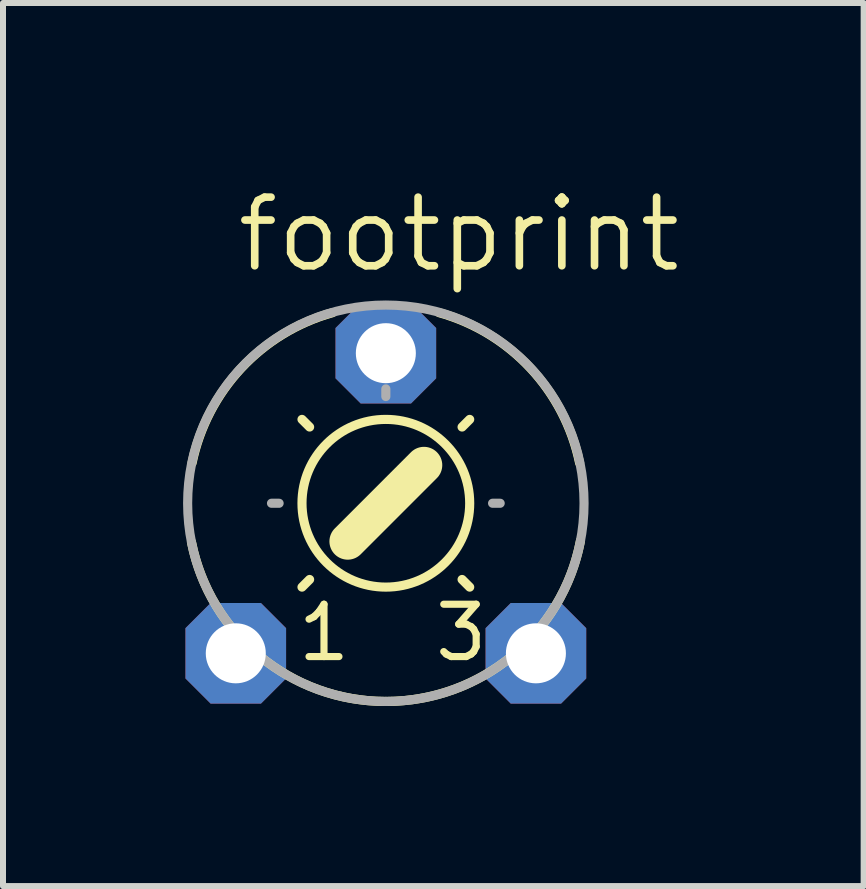
<source format=kicad_pcb>
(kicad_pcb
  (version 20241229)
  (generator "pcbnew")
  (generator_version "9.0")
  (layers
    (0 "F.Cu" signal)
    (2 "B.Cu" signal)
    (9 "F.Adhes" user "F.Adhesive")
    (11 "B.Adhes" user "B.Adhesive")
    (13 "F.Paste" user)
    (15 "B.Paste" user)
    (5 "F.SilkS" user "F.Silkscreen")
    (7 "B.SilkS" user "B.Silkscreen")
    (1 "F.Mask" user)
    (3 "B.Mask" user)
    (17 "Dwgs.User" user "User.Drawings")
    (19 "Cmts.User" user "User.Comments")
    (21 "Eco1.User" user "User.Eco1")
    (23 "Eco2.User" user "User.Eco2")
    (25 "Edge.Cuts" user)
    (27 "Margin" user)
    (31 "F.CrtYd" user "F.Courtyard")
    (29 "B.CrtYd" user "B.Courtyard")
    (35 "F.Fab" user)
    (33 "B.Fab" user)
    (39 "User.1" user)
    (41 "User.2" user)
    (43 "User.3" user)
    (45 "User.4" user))
  (footprint "footprint"
    (layer "F.Cu")
    (at 3.378 5.334)
    (property "Reference" "footprint" (at -2.54 -3.81 0) (layer "F.SilkS") (effects (font (size 1.143 1.143) (thickness 0.127)) (justify left bottom)))
    (fp_line (start -1.27 -1.27) (end -1.397 -1.397) (stroke (width 0.152) (type solid)) (layer "F.SilkS"))
    (fp_line (start -1.27 1.27) (end -1.397 1.397) (stroke (width 0.152) (type solid)) (layer "F.SilkS"))
    (fp_line (start -0.635 0.635) (end 0.635 -0.635) (stroke (width 0.61) (type solid)) (layer "F.SilkS"))
    (fp_line (start 1.27 -1.27) (end 1.397 -1.397) (stroke (width 0.152) (type solid)) (layer "F.SilkS"))
    (fp_line (start 1.27 1.27) (end 1.397 1.397) (stroke (width 0.152) (type solid)) (layer "F.SilkS"))
    (fp_arc (start -3.2278 -0.6725) (mid -2.408867 -2.251291) (end -0.889001 -3.175) (stroke (width 0.1524) (type solid)) (layer "F.SilkS"))
    (fp_arc (start 0.000001 3.302) (mid -2.093457 2.553615) (end -3.2379 0.6476) (stroke (width 0.1524) (type solid)) (layer "F.SilkS"))
    (fp_arc (start 0.889 -3.175) (mid 2.408866 -2.251291) (end 3.227799 -0.6725) (stroke (width 0.1524) (type solid)) (layer "F.SilkS"))
    (fp_arc (start 3.242599 0.623599) (mid 2.102876 2.545819) (end 0 3.302) (stroke (width 0.1524) (type solid)) (layer "F.SilkS"))
    (fp_circle (center 0 0) (end 1.397 0) (stroke (width 0.152) (type solid)) (fill no) (layer "F.SilkS"))
    (fp_line (start -1.905 0) (end -1.778 0) (stroke (width 0.152) (type solid)) (layer "F.Fab"))
    (fp_line (start 0 -1.778) (end 0 -1.905) (stroke (width 0.152) (type solid)) (layer "F.Fab"))
    (fp_line (start 1.778 0) (end 1.905 0) (stroke (width 0.152) (type solid)) (layer "F.Fab"))
    (fp_circle (center 0 0) (end 3.302 0) (stroke (width 0.152) (type solid)) (fill no) (layer "F.Fab"))
    (fp_text user "1" (at -1.524 2.667 0) (layer "F.SilkS") (effects (font (size 0.872 0.872) (thickness 0.119)) (justify left bottom)))
    (fp_text user "3" (at 0.762 2.667 0) (layer "F.SilkS") (effects (font (size 0.872 0.872) (thickness 0.119)) (justify left bottom)))
    (pad "A" thru_hole roundrect (at -2.5 2.5) (size 1.676 1.676) (drill 1) (layers "*.Cu" "*.Mask") (roundrect_rratio 0.25) (chamfer_ratio 0.25) (chamfer top_left top_right bottom_left bottom_right))
    (pad "E" thru_hole roundrect (at 2.5 2.5) (size 1.676 1.676) (drill 1) (layers "*.Cu" "*.Mask") (roundrect_rratio 0.25) (chamfer_ratio 0.25) (chamfer top_left top_right bottom_left bottom_right))
    (pad "S" thru_hole roundrect (at 0 -2.5) (size 1.676 1.676) (drill 1) (layers "*.Cu" "*.Mask") (roundrect_rratio 0.25) (chamfer_ratio 0.25) (chamfer top_left top_right bottom_left bottom_right)))
  (gr_rect
    (start -3 -3)
    (end 11.338 11.712)
    (stroke (width 0.1) (type default))
    (fill no)
    (layer "Edge.Cuts")))
</source>
